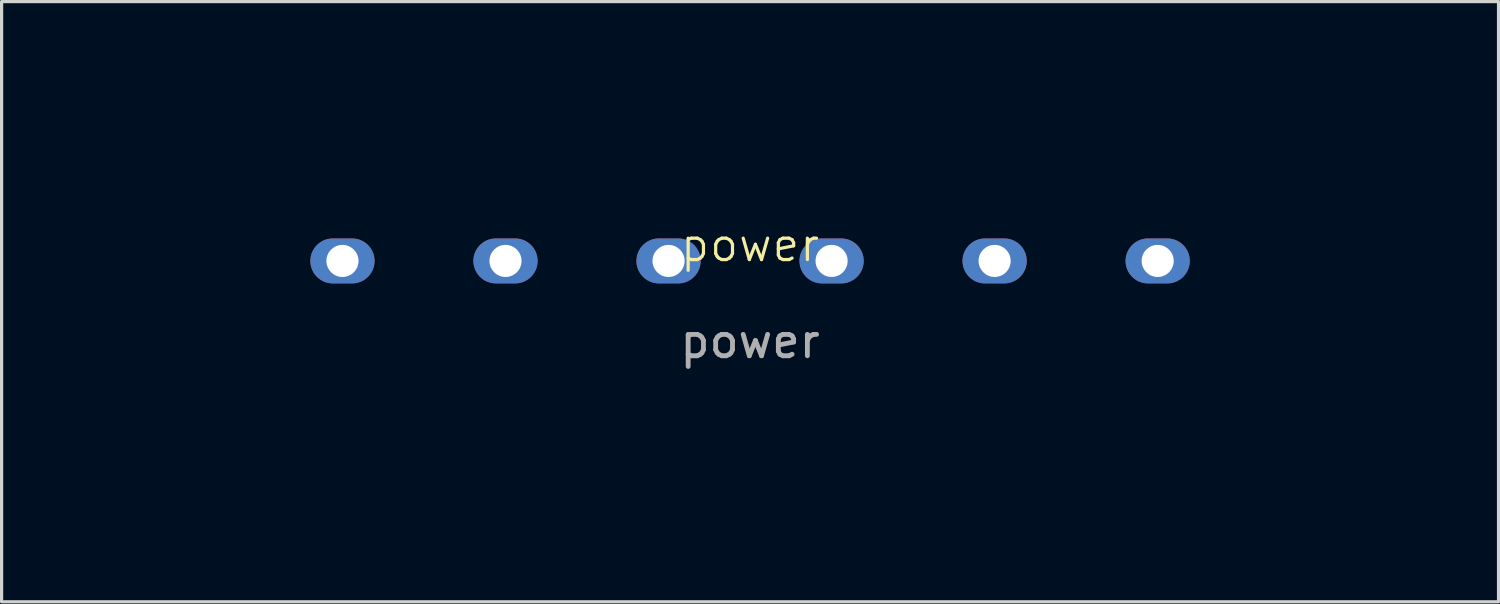
<source format=kicad_pcb>
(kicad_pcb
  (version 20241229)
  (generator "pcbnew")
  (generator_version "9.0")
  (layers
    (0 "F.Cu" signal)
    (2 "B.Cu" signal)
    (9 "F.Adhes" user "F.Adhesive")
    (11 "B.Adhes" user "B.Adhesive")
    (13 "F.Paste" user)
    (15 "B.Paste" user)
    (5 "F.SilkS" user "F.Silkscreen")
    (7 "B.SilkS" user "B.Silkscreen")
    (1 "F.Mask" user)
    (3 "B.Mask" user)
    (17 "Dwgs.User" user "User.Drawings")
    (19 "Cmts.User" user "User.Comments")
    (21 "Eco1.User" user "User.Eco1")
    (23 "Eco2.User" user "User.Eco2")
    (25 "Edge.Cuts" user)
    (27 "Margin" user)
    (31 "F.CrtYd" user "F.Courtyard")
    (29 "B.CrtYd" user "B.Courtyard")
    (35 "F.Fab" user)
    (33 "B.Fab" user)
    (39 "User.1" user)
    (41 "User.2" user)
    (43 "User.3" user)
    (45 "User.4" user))
  (footprint "power"
    (layer "F.Cu")
    (at 20.32 5.08)
    (property "Reference" "power" (at 0 -0.5 0) (unlocked yes) (layer "F.SilkS") (effects (font (size 1 1) (thickness 0.1))))
    (attr smd)
    (fp_text user "${REFERENCE}" (at 0 2.5 0) (unlocked yes) (layer "F.Fab") (effects (font (size 1 1) (thickness 0.15))))
    (pad "2" thru_hole oval (at -12.7 0) (size 2 1.4) (drill 1) (layers "*.Cu" "*.Mask"))
    (pad "2" thru_hole oval (at -7.62 0) (size 2 1.4) (drill 1) (layers "*.Cu" "*.Mask"))
    (pad "2" thru_hole oval (at -2.54 0) (size 2 1.4) (drill 1) (layers "*.Cu" "*.Mask"))
    (pad "2" thru_hole oval (at 2.54 0) (size 2 1.4) (drill 1) (layers "*.Cu" "*.Mask"))
    (pad "2" thru_hole oval (at 7.62 0) (size 2 1.4) (drill 1) (layers "*.Cu" "*.Mask"))
    (pad "2" thru_hole oval (at 12.7 0) (size 2 1.4) (drill 1) (layers "*.Cu" "*.Mask"))
    (zone (net_name "") (layer "F.SilkS") (hatch edge 0.5) (connect_pads) (min_thickness 0.25) (filled_areas_thickness no) (keepout (tracks allowed) (vias allowed) (pads not_allowed) (copperpour allowed) (footprints not_allowed)) (placement (enabled no)) (fill) (polygon (pts (xy 0 0) (xy 40.64 0) (xy 40.64 12.7) (xy 0 12.7)))))
  (gr_rect
    (start -3 -3)
    (end 43.64 15.7)
    (stroke (width 0.1) (type default))
    (fill no)
    (layer "Edge.Cuts")))
</source>
